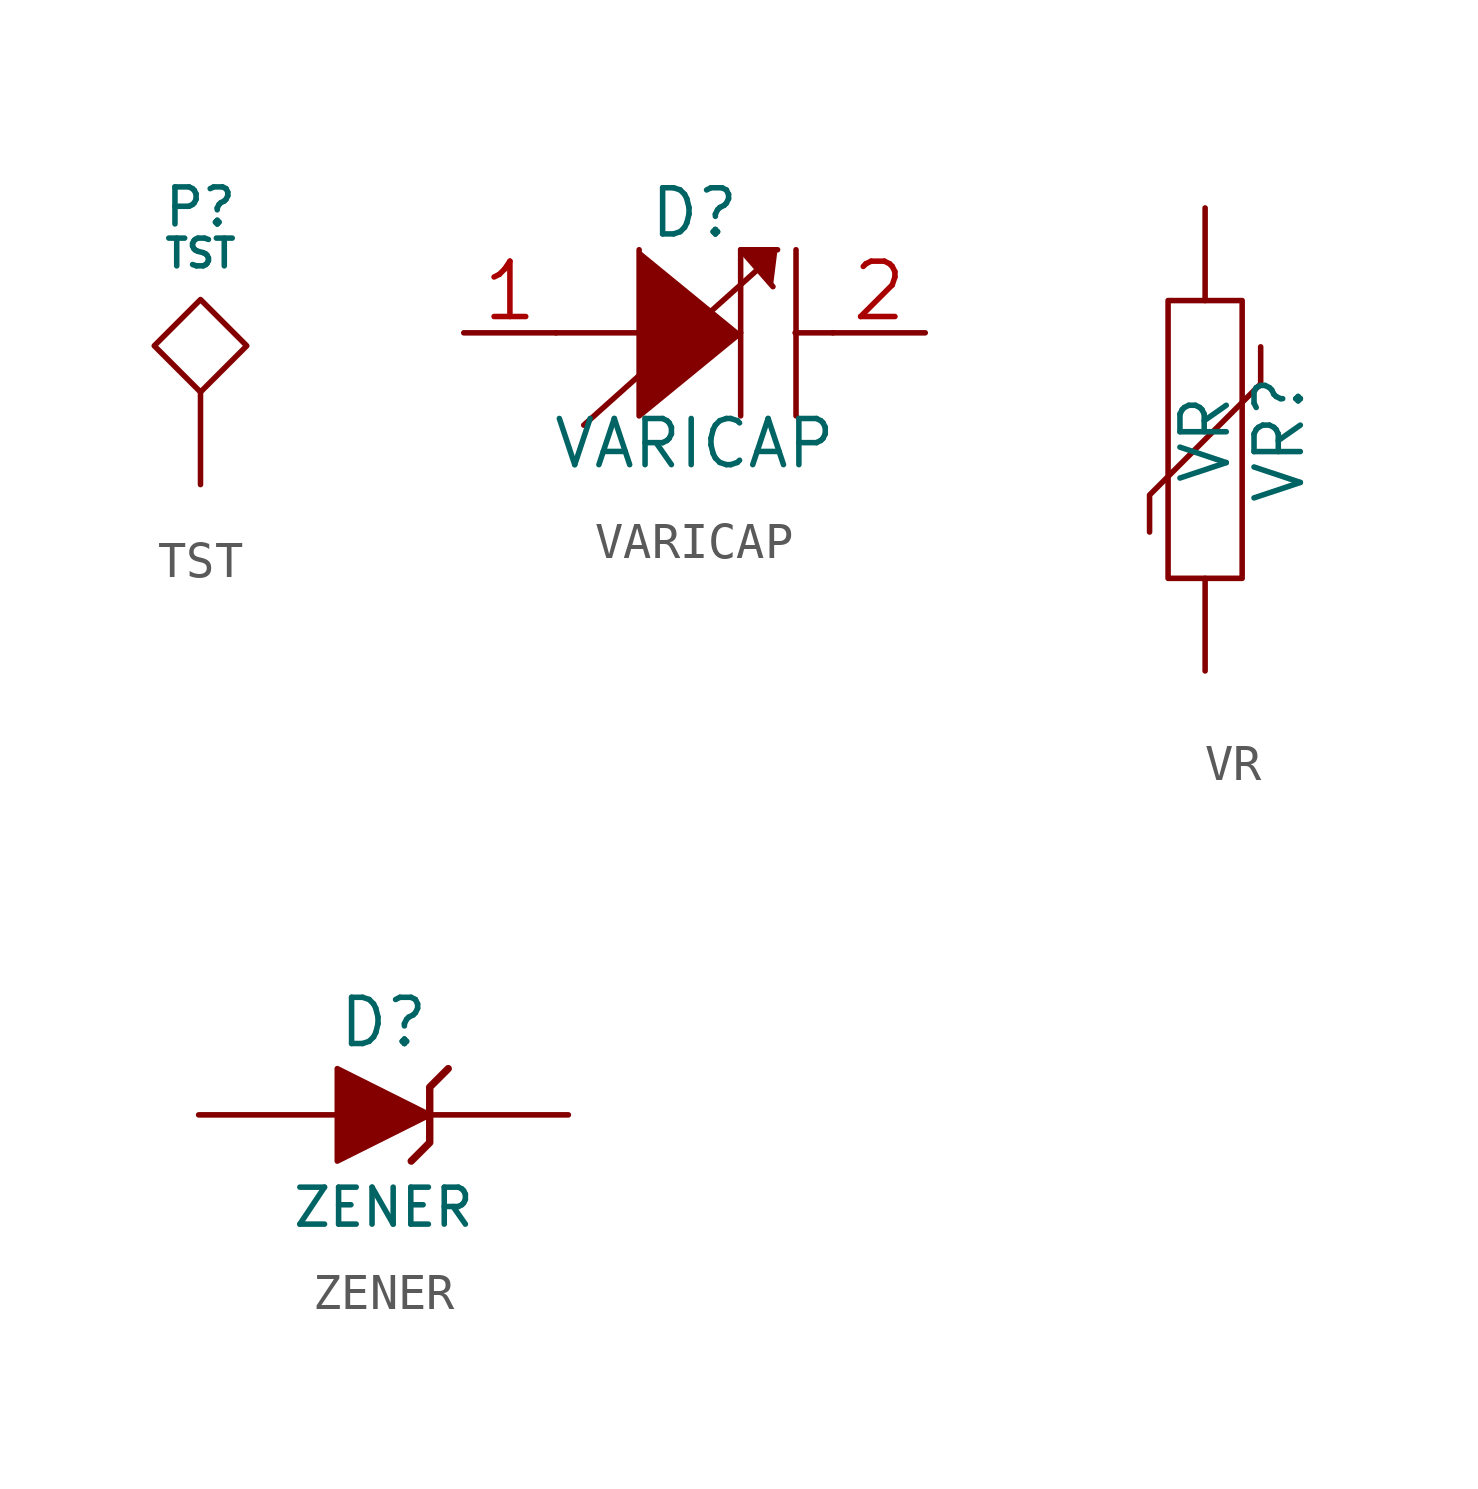
<source format=kicad_sym>
(kicad_symbol_lib
  (version 20220914)
  (generator kicad_symbol_editor)
  (symbol "TST"
    (pin_numbers hide)
    (pin_names
      (offset 1.016) hide)
    (property "Reference" "P"
      (at 0 7.62 0)
      (effects (font (size 1.016 1.016))))
    (property "Value" "TST"
      (at 0 6.35 0)
      (effects (font (size 0.762 0.762))))
    (symbol "TST_0_1"
      (polyline (pts (xy 0 5.08) (xy -1.27 3.81) (xy 0 2.54) (xy 1.27 3.81) (xy 0 5.08) (xy 0 5.08)) (stroke (width 0) (type solid)) (fill (type none))))
    (symbol "TST_1_1"
      (pin passive line (at 0 0 90) (length 2.54) (name "~" (effects (font (size 1.016 1.016)))) (number "1" (effects (font (size 1.016 1.016)))))))
  (symbol "VARICAP"
    (pin_names
      (offset 1.016) hide)
    (property "Reference" "D"
      (at 0 3.302 0)
      (effects (font (size 1.27 1.27))))
    (property "Value" "VARICAP"
      (at 0 -3.048 0)
      (effects (font (size 1.27 1.27))))
    (symbol "VARICAP_0_1"
      (polyline (pts (xy -3.81 0) (xy -1.549 0)) (stroke (width 0) (type solid)) (fill (type none)))
      (polyline (pts (xy -3.048 -2.54) (xy 1.778 1.778)) (stroke (width 0) (type solid)) (fill (type none)))
      (polyline (pts (xy 1.27 -2.286) (xy 1.27 2.286)) (stroke (width 0) (type solid)) (fill (type none)))
      (polyline (pts (xy 2.769 0) (xy 3.81 0)) (stroke (width 0) (type solid)) (fill (type none)))
      (polyline (pts (xy 2.794 -2.286) (xy 2.794 2.286)) (stroke (width 0) (type solid)) (fill (type none)))
      (polyline (pts (xy -1.524 2.286) (xy -1.524 -2.286) (xy 1.27 0)) (stroke (width 0) (type solid)) (fill (type outline)))
      (polyline (pts (xy 2.286 2.286) (xy 1.27 2.286) (xy 2.159 1.27)) (stroke (width 0) (type solid)) (fill (type outline))))
    (symbol "VARICAP_1_1"
      (pin passive line (at -6.35 0 0) (length 2.54) (name "ANODE" (effects (font (size 1.524 1.524)))) (number "1" (effects (font (size 1.524 1.524)))))
      (pin passive line (at 6.35 0 180) (length 2.54) (name "CATHODE" (effects (font (size 1.524 1.524)))) (number "2" (effects (font (size 1.524 1.524)))))))
  (symbol "VR"
    (pin_numbers hide)
    (pin_names
      (offset 0))
    (property "Reference" "VR"
      (at 2.032 0 90)
      (effects (font (size 1.27 1.27))))
    (property "Value" "VR"
      (at 0 0 90)
      (effects (font (size 1.27 1.27))))
    (symbol "VR_0_1"
      (rectangle (start -1.016 3.81) (end 1.016 -3.81) (stroke (width 0) (type solid)) (fill (type none)))
      (polyline (pts (xy -1.524 -2.54) (xy -1.524 -1.524) (xy 1.524 1.524) (xy 1.524 2.54) (xy 1.524 2.54)) (stroke (width 0) (type solid)) (fill (type none))))
    (symbol "VR_1_1"
      (pin passive line (at 0 6.35 270) (length 2.54) (name "~" (effects (font (size 1.524 1.524)))) (number "1" (effects (font (size 1.524 1.524)))))
      (pin passive line (at 0 -6.35 90) (length 2.54) (name "~" (effects (font (size 1.524 1.524)))) (number "2" (effects (font (size 1.524 1.524)))))))
  (symbol "ZENER"
    (pin_numbers hide)
    (pin_names
      (offset 1.016) hide)
    (property "Reference" "D"
      (at 0 2.54 0)
      (effects (font (size 1.27 1.27))))
    (property "Value" "ZENER"
      (at 0 -2.54 0)
      (effects (font (size 1.016 1.016))))
    (symbol "ZENER_0_1"
      (polyline (pts (xy 1.27 0) (xy -1.27 1.27) (xy -1.27 -1.27) (xy 1.27 0) (xy 1.27 0)) (stroke (width 0) (type solid)) (fill (type outline)))
      (polyline (pts (xy 1.778 1.27) (xy 1.27 0.762) (xy 1.27 -0.762) (xy 0.762 -1.27) (xy 0.762 -1.27)) (stroke (width 0.203) (type solid)) (fill (type none))))
    (symbol "ZENER_1_1"
      (pin passive line (at -5.08 0 0) (length 3.81) (name "A" (effects (font (size 1.016 1.016)))) (number "1" (effects (font (size 1.016 1.016)))))
      (pin passive line (at 5.08 0 180) (length 3.81) (name "K" (effects (font (size 1.016 1.016)))) (number "2" (effects (font (size 1.016 1.016))))))))
</source>
